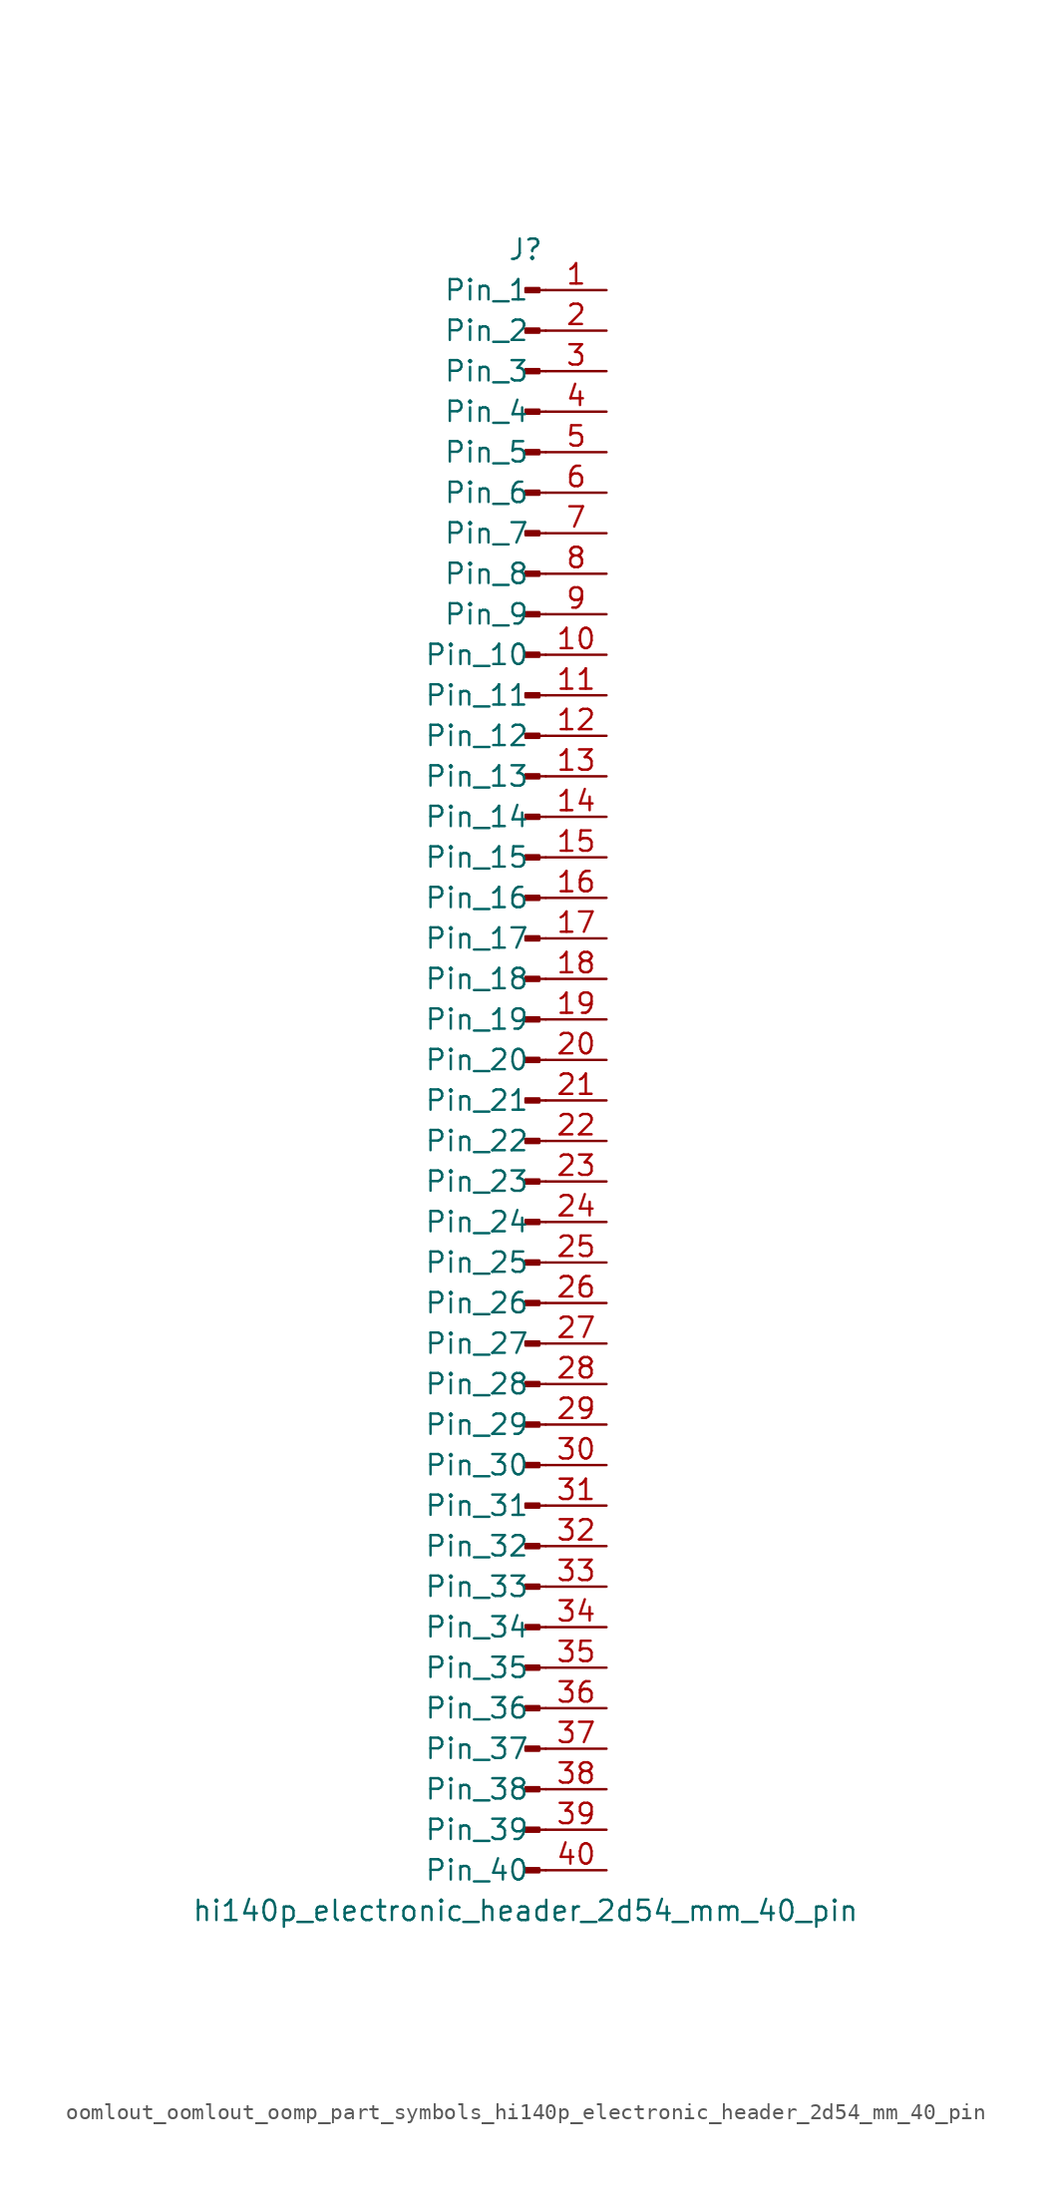
<source format=kicad_sym>
(kicad_symbol_lib
  (version 20220914)
  (generator kicad_symbol_editor)
  (symbol "oomlout_oomlout_oomp_part_symbols_hi140p_electronic_header_2d54_mm_40_pin"
    (pin_names
      (offset 1.016))
    (property "Reference" "J"
      (at 0 50.8 0)
      (effects (font (size 1.27 1.27))))
    (property "Value" "hi140p_electronic_header_2d54_mm_40_pin"
      (at 0 -53.34 0)
      (effects (font (size 1.27 1.27))))
    (property "ki_locked" ""
      (at 0 0 0)
      (effects (font (size 1.27 1.27))))
    (symbol "oomlout_oomlout_oomp_part_symbols_hi140p_electronic_header_2d54_mm_40_pin_1_1"
      (polyline (pts (xy 1.27 -50.8) (xy 0.864 -50.8)) (stroke (width 0.152) (type default)) (fill (type none)))
      (polyline (pts (xy 1.27 -48.26) (xy 0.864 -48.26)) (stroke (width 0.152) (type default)) (fill (type none)))
      (polyline (pts (xy 1.27 -45.72) (xy 0.864 -45.72)) (stroke (width 0.152) (type default)) (fill (type none)))
      (polyline (pts (xy 1.27 -43.18) (xy 0.864 -43.18)) (stroke (width 0.152) (type default)) (fill (type none)))
      (polyline (pts (xy 1.27 -40.64) (xy 0.864 -40.64)) (stroke (width 0.152) (type default)) (fill (type none)))
      (polyline (pts (xy 1.27 -38.1) (xy 0.864 -38.1)) (stroke (width 0.152) (type default)) (fill (type none)))
      (polyline (pts (xy 1.27 -35.56) (xy 0.864 -35.56)) (stroke (width 0.152) (type default)) (fill (type none)))
      (polyline (pts (xy 1.27 -33.02) (xy 0.864 -33.02)) (stroke (width 0.152) (type default)) (fill (type none)))
      (polyline (pts (xy 1.27 -30.48) (xy 0.864 -30.48)) (stroke (width 0.152) (type default)) (fill (type none)))
      (polyline (pts (xy 1.27 -27.94) (xy 0.864 -27.94)) (stroke (width 0.152) (type default)) (fill (type none)))
      (polyline (pts (xy 1.27 -25.4) (xy 0.864 -25.4)) (stroke (width 0.152) (type default)) (fill (type none)))
      (polyline (pts (xy 1.27 -22.86) (xy 0.864 -22.86)) (stroke (width 0.152) (type default)) (fill (type none)))
      (polyline (pts (xy 1.27 -20.32) (xy 0.864 -20.32)) (stroke (width 0.152) (type default)) (fill (type none)))
      (polyline (pts (xy 1.27 -17.78) (xy 0.864 -17.78)) (stroke (width 0.152) (type default)) (fill (type none)))
      (polyline (pts (xy 1.27 -15.24) (xy 0.864 -15.24)) (stroke (width 0.152) (type default)) (fill (type none)))
      (polyline (pts (xy 1.27 -12.7) (xy 0.864 -12.7)) (stroke (width 0.152) (type default)) (fill (type none)))
      (polyline (pts (xy 1.27 -10.16) (xy 0.864 -10.16)) (stroke (width 0.152) (type default)) (fill (type none)))
      (polyline (pts (xy 1.27 -7.62) (xy 0.864 -7.62)) (stroke (width 0.152) (type default)) (fill (type none)))
      (polyline (pts (xy 1.27 -5.08) (xy 0.864 -5.08)) (stroke (width 0.152) (type default)) (fill (type none)))
      (polyline (pts (xy 1.27 -2.54) (xy 0.864 -2.54)) (stroke (width 0.152) (type default)) (fill (type none)))
      (polyline (pts (xy 1.27 0) (xy 0.864 0)) (stroke (width 0.152) (type default)) (fill (type none)))
      (polyline (pts (xy 1.27 2.54) (xy 0.864 2.54)) (stroke (width 0.152) (type default)) (fill (type none)))
      (polyline (pts (xy 1.27 5.08) (xy 0.864 5.08)) (stroke (width 0.152) (type default)) (fill (type none)))
      (polyline (pts (xy 1.27 7.62) (xy 0.864 7.62)) (stroke (width 0.152) (type default)) (fill (type none)))
      (polyline (pts (xy 1.27 10.16) (xy 0.864 10.16)) (stroke (width 0.152) (type default)) (fill (type none)))
      (polyline (pts (xy 1.27 12.7) (xy 0.864 12.7)) (stroke (width 0.152) (type default)) (fill (type none)))
      (polyline (pts (xy 1.27 15.24) (xy 0.864 15.24)) (stroke (width 0.152) (type default)) (fill (type none)))
      (polyline (pts (xy 1.27 17.78) (xy 0.864 17.78)) (stroke (width 0.152) (type default)) (fill (type none)))
      (polyline (pts (xy 1.27 20.32) (xy 0.864 20.32)) (stroke (width 0.152) (type default)) (fill (type none)))
      (polyline (pts (xy 1.27 22.86) (xy 0.864 22.86)) (stroke (width 0.152) (type default)) (fill (type none)))
      (polyline (pts (xy 1.27 25.4) (xy 0.864 25.4)) (stroke (width 0.152) (type default)) (fill (type none)))
      (polyline (pts (xy 1.27 27.94) (xy 0.864 27.94)) (stroke (width 0.152) (type default)) (fill (type none)))
      (polyline (pts (xy 1.27 30.48) (xy 0.864 30.48)) (stroke (width 0.152) (type default)) (fill (type none)))
      (polyline (pts (xy 1.27 33.02) (xy 0.864 33.02)) (stroke (width 0.152) (type default)) (fill (type none)))
      (polyline (pts (xy 1.27 35.56) (xy 0.864 35.56)) (stroke (width 0.152) (type default)) (fill (type none)))
      (polyline (pts (xy 1.27 38.1) (xy 0.864 38.1)) (stroke (width 0.152) (type default)) (fill (type none)))
      (polyline (pts (xy 1.27 40.64) (xy 0.864 40.64)) (stroke (width 0.152) (type default)) (fill (type none)))
      (polyline (pts (xy 1.27 43.18) (xy 0.864 43.18)) (stroke (width 0.152) (type default)) (fill (type none)))
      (polyline (pts (xy 1.27 45.72) (xy 0.864 45.72)) (stroke (width 0.152) (type default)) (fill (type none)))
      (polyline (pts (xy 1.27 48.26) (xy 0.864 48.26)) (stroke (width 0.152) (type default)) (fill (type none)))
      (rectangle (start 0.864 -50.673) (end 0 -50.927) (stroke (width 0.152) (type default)) (fill (type outline)))
      (rectangle (start 0.864 -48.133) (end 0 -48.387) (stroke (width 0.152) (type default)) (fill (type outline)))
      (rectangle (start 0.864 -45.593) (end 0 -45.847) (stroke (width 0.152) (type default)) (fill (type outline)))
      (rectangle (start 0.864 -43.053) (end 0 -43.307) (stroke (width 0.152) (type default)) (fill (type outline)))
      (rectangle (start 0.864 -40.513) (end 0 -40.767) (stroke (width 0.152) (type default)) (fill (type outline)))
      (rectangle (start 0.864 -37.973) (end 0 -38.227) (stroke (width 0.152) (type default)) (fill (type outline)))
      (rectangle (start 0.864 -35.433) (end 0 -35.687) (stroke (width 0.152) (type default)) (fill (type outline)))
      (rectangle (start 0.864 -32.893) (end 0 -33.147) (stroke (width 0.152) (type default)) (fill (type outline)))
      (rectangle (start 0.864 -30.353) (end 0 -30.607) (stroke (width 0.152) (type default)) (fill (type outline)))
      (rectangle (start 0.864 -27.813) (end 0 -28.067) (stroke (width 0.152) (type default)) (fill (type outline)))
      (rectangle (start 0.864 -25.273) (end 0 -25.527) (stroke (width 0.152) (type default)) (fill (type outline)))
      (rectangle (start 0.864 -22.733) (end 0 -22.987) (stroke (width 0.152) (type default)) (fill (type outline)))
      (rectangle (start 0.864 -20.193) (end 0 -20.447) (stroke (width 0.152) (type default)) (fill (type outline)))
      (rectangle (start 0.864 -17.653) (end 0 -17.907) (stroke (width 0.152) (type default)) (fill (type outline)))
      (rectangle (start 0.864 -15.113) (end 0 -15.367) (stroke (width 0.152) (type default)) (fill (type outline)))
      (rectangle (start 0.864 -12.573) (end 0 -12.827) (stroke (width 0.152) (type default)) (fill (type outline)))
      (rectangle (start 0.864 -10.033) (end 0 -10.287) (stroke (width 0.152) (type default)) (fill (type outline)))
      (rectangle (start 0.864 -7.493) (end 0 -7.747) (stroke (width 0.152) (type default)) (fill (type outline)))
      (rectangle (start 0.864 -4.953) (end 0 -5.207) (stroke (width 0.152) (type default)) (fill (type outline)))
      (rectangle (start 0.864 -2.413) (end 0 -2.667) (stroke (width 0.152) (type default)) (fill (type outline)))
      (rectangle (start 0.864 0.127) (end 0 -0.127) (stroke (width 0.152) (type default)) (fill (type outline)))
      (rectangle (start 0.864 2.667) (end 0 2.413) (stroke (width 0.152) (type default)) (fill (type outline)))
      (rectangle (start 0.864 5.207) (end 0 4.953) (stroke (width 0.152) (type default)) (fill (type outline)))
      (rectangle (start 0.864 7.747) (end 0 7.493) (stroke (width 0.152) (type default)) (fill (type outline)))
      (rectangle (start 0.864 10.287) (end 0 10.033) (stroke (width 0.152) (type default)) (fill (type outline)))
      (rectangle (start 0.864 12.827) (end 0 12.573) (stroke (width 0.152) (type default)) (fill (type outline)))
      (rectangle (start 0.864 15.367) (end 0 15.113) (stroke (width 0.152) (type default)) (fill (type outline)))
      (rectangle (start 0.864 17.907) (end 0 17.653) (stroke (width 0.152) (type default)) (fill (type outline)))
      (rectangle (start 0.864 20.447) (end 0 20.193) (stroke (width 0.152) (type default)) (fill (type outline)))
      (rectangle (start 0.864 22.987) (end 0 22.733) (stroke (width 0.152) (type default)) (fill (type outline)))
      (rectangle (start 0.864 25.527) (end 0 25.273) (stroke (width 0.152) (type default)) (fill (type outline)))
      (rectangle (start 0.864 28.067) (end 0 27.813) (stroke (width 0.152) (type default)) (fill (type outline)))
      (rectangle (start 0.864 30.607) (end 0 30.353) (stroke (width 0.152) (type default)) (fill (type outline)))
      (rectangle (start 0.864 33.147) (end 0 32.893) (stroke (width 0.152) (type default)) (fill (type outline)))
      (rectangle (start 0.864 35.687) (end 0 35.433) (stroke (width 0.152) (type default)) (fill (type outline)))
      (rectangle (start 0.864 38.227) (end 0 37.973) (stroke (width 0.152) (type default)) (fill (type outline)))
      (rectangle (start 0.864 40.767) (end 0 40.513) (stroke (width 0.152) (type default)) (fill (type outline)))
      (rectangle (start 0.864 43.307) (end 0 43.053) (stroke (width 0.152) (type default)) (fill (type outline)))
      (rectangle (start 0.864 45.847) (end 0 45.593) (stroke (width 0.152) (type default)) (fill (type outline)))
      (rectangle (start 0.864 48.387) (end 0 48.133) (stroke (width 0.152) (type default)) (fill (type outline)))
      (pin passive line (at 5.08 48.26 180) (length 3.81) (name "Pin_1" (effects (font (size 1.27 1.27)))) (number "1" (effects (font (size 1.27 1.27)))))
      (pin passive line (at 5.08 25.4 180) (length 3.81) (name "Pin_10" (effects (font (size 1.27 1.27)))) (number "10" (effects (font (size 1.27 1.27)))))
      (pin passive line (at 5.08 22.86 180) (length 3.81) (name "Pin_11" (effects (font (size 1.27 1.27)))) (number "11" (effects (font (size 1.27 1.27)))))
      (pin passive line (at 5.08 20.32 180) (length 3.81) (name "Pin_12" (effects (font (size 1.27 1.27)))) (number "12" (effects (font (size 1.27 1.27)))))
      (pin passive line (at 5.08 17.78 180) (length 3.81) (name "Pin_13" (effects (font (size 1.27 1.27)))) (number "13" (effects (font (size 1.27 1.27)))))
      (pin passive line (at 5.08 15.24 180) (length 3.81) (name "Pin_14" (effects (font (size 1.27 1.27)))) (number "14" (effects (font (size 1.27 1.27)))))
      (pin passive line (at 5.08 12.7 180) (length 3.81) (name "Pin_15" (effects (font (size 1.27 1.27)))) (number "15" (effects (font (size 1.27 1.27)))))
      (pin passive line (at 5.08 10.16 180) (length 3.81) (name "Pin_16" (effects (font (size 1.27 1.27)))) (number "16" (effects (font (size 1.27 1.27)))))
      (pin passive line (at 5.08 7.62 180) (length 3.81) (name "Pin_17" (effects (font (size 1.27 1.27)))) (number "17" (effects (font (size 1.27 1.27)))))
      (pin passive line (at 5.08 5.08 180) (length 3.81) (name "Pin_18" (effects (font (size 1.27 1.27)))) (number "18" (effects (font (size 1.27 1.27)))))
      (pin passive line (at 5.08 2.54 180) (length 3.81) (name "Pin_19" (effects (font (size 1.27 1.27)))) (number "19" (effects (font (size 1.27 1.27)))))
      (pin passive line (at 5.08 45.72 180) (length 3.81) (name "Pin_2" (effects (font (size 1.27 1.27)))) (number "2" (effects (font (size 1.27 1.27)))))
      (pin passive line (at 5.08 0 180) (length 3.81) (name "Pin_20" (effects (font (size 1.27 1.27)))) (number "20" (effects (font (size 1.27 1.27)))))
      (pin passive line (at 5.08 -2.54 180) (length 3.81) (name "Pin_21" (effects (font (size 1.27 1.27)))) (number "21" (effects (font (size 1.27 1.27)))))
      (pin passive line (at 5.08 -5.08 180) (length 3.81) (name "Pin_22" (effects (font (size 1.27 1.27)))) (number "22" (effects (font (size 1.27 1.27)))))
      (pin passive line (at 5.08 -7.62 180) (length 3.81) (name "Pin_23" (effects (font (size 1.27 1.27)))) (number "23" (effects (font (size 1.27 1.27)))))
      (pin passive line (at 5.08 -10.16 180) (length 3.81) (name "Pin_24" (effects (font (size 1.27 1.27)))) (number "24" (effects (font (size 1.27 1.27)))))
      (pin passive line (at 5.08 -12.7 180) (length 3.81) (name "Pin_25" (effects (font (size 1.27 1.27)))) (number "25" (effects (font (size 1.27 1.27)))))
      (pin passive line (at 5.08 -15.24 180) (length 3.81) (name "Pin_26" (effects (font (size 1.27 1.27)))) (number "26" (effects (font (size 1.27 1.27)))))
      (pin passive line (at 5.08 -17.78 180) (length 3.81) (name "Pin_27" (effects (font (size 1.27 1.27)))) (number "27" (effects (font (size 1.27 1.27)))))
      (pin passive line (at 5.08 -20.32 180) (length 3.81) (name "Pin_28" (effects (font (size 1.27 1.27)))) (number "28" (effects (font (size 1.27 1.27)))))
      (pin passive line (at 5.08 -22.86 180) (length 3.81) (name "Pin_29" (effects (font (size 1.27 1.27)))) (number "29" (effects (font (size 1.27 1.27)))))
      (pin passive line (at 5.08 43.18 180) (length 3.81) (name "Pin_3" (effects (font (size 1.27 1.27)))) (number "3" (effects (font (size 1.27 1.27)))))
      (pin passive line (at 5.08 -25.4 180) (length 3.81) (name "Pin_30" (effects (font (size 1.27 1.27)))) (number "30" (effects (font (size 1.27 1.27)))))
      (pin passive line (at 5.08 -27.94 180) (length 3.81) (name "Pin_31" (effects (font (size 1.27 1.27)))) (number "31" (effects (font (size 1.27 1.27)))))
      (pin passive line (at 5.08 -30.48 180) (length 3.81) (name "Pin_32" (effects (font (size 1.27 1.27)))) (number "32" (effects (font (size 1.27 1.27)))))
      (pin passive line (at 5.08 -33.02 180) (length 3.81) (name "Pin_33" (effects (font (size 1.27 1.27)))) (number "33" (effects (font (size 1.27 1.27)))))
      (pin passive line (at 5.08 -35.56 180) (length 3.81) (name "Pin_34" (effects (font (size 1.27 1.27)))) (number "34" (effects (font (size 1.27 1.27)))))
      (pin passive line (at 5.08 -38.1 180) (length 3.81) (name "Pin_35" (effects (font (size 1.27 1.27)))) (number "35" (effects (font (size 1.27 1.27)))))
      (pin passive line (at 5.08 -40.64 180) (length 3.81) (name "Pin_36" (effects (font (size 1.27 1.27)))) (number "36" (effects (font (size 1.27 1.27)))))
      (pin passive line (at 5.08 -43.18 180) (length 3.81) (name "Pin_37" (effects (font (size 1.27 1.27)))) (number "37" (effects (font (size 1.27 1.27)))))
      (pin passive line (at 5.08 -45.72 180) (length 3.81) (name "Pin_38" (effects (font (size 1.27 1.27)))) (number "38" (effects (font (size 1.27 1.27)))))
      (pin passive line (at 5.08 -48.26 180) (length 3.81) (name "Pin_39" (effects (font (size 1.27 1.27)))) (number "39" (effects (font (size 1.27 1.27)))))
      (pin passive line (at 5.08 40.64 180) (length 3.81) (name "Pin_4" (effects (font (size 1.27 1.27)))) (number "4" (effects (font (size 1.27 1.27)))))
      (pin passive line (at 5.08 -50.8 180) (length 3.81) (name "Pin_40" (effects (font (size 1.27 1.27)))) (number "40" (effects (font (size 1.27 1.27)))))
      (pin passive line (at 5.08 38.1 180) (length 3.81) (name "Pin_5" (effects (font (size 1.27 1.27)))) (number "5" (effects (font (size 1.27 1.27)))))
      (pin passive line (at 5.08 35.56 180) (length 3.81) (name "Pin_6" (effects (font (size 1.27 1.27)))) (number "6" (effects (font (size 1.27 1.27)))))
      (pin passive line (at 5.08 33.02 180) (length 3.81) (name "Pin_7" (effects (font (size 1.27 1.27)))) (number "7" (effects (font (size 1.27 1.27)))))
      (pin passive line (at 5.08 30.48 180) (length 3.81) (name "Pin_8" (effects (font (size 1.27 1.27)))) (number "8" (effects (font (size 1.27 1.27)))))
      (pin passive line (at 5.08 27.94 180) (length 3.81) (name "Pin_9" (effects (font (size 1.27 1.27)))) (number "9" (effects (font (size 1.27 1.27))))))))
</source>
